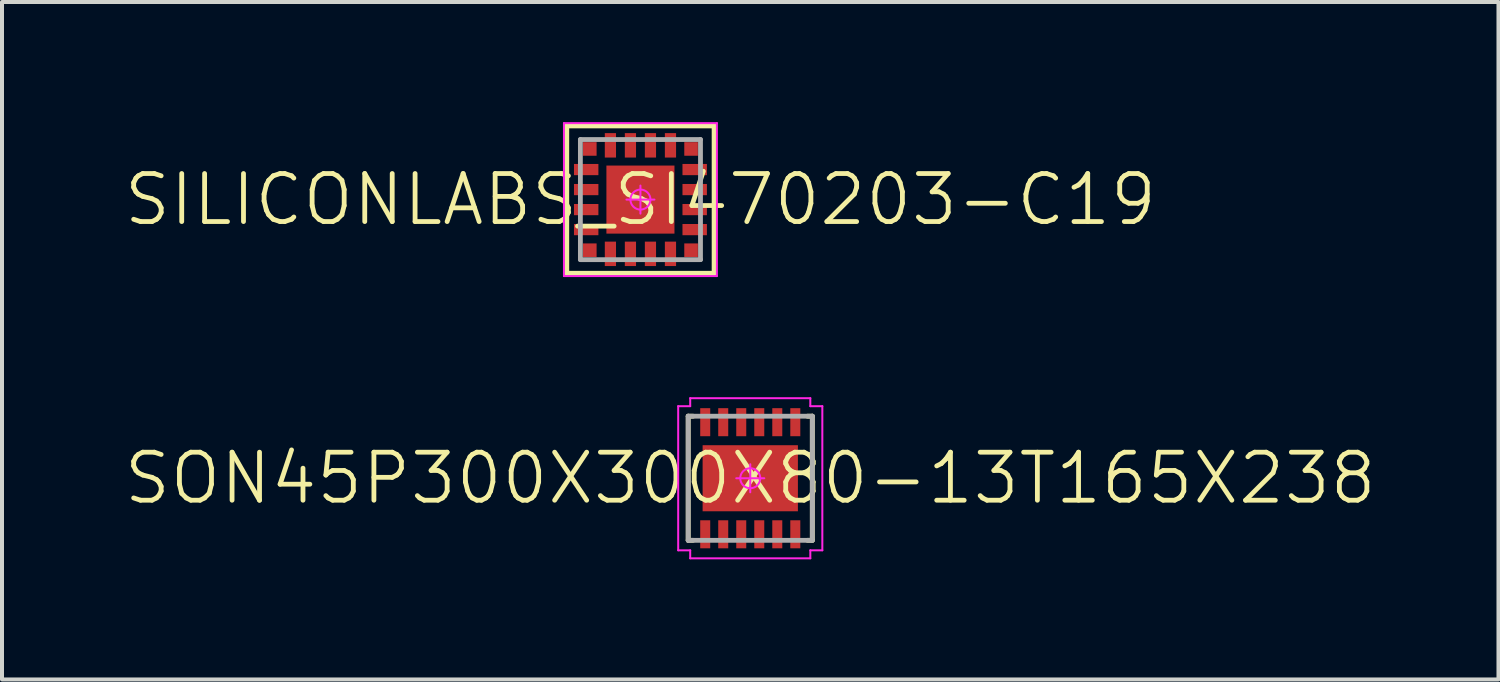
<source format=kicad_pcb>
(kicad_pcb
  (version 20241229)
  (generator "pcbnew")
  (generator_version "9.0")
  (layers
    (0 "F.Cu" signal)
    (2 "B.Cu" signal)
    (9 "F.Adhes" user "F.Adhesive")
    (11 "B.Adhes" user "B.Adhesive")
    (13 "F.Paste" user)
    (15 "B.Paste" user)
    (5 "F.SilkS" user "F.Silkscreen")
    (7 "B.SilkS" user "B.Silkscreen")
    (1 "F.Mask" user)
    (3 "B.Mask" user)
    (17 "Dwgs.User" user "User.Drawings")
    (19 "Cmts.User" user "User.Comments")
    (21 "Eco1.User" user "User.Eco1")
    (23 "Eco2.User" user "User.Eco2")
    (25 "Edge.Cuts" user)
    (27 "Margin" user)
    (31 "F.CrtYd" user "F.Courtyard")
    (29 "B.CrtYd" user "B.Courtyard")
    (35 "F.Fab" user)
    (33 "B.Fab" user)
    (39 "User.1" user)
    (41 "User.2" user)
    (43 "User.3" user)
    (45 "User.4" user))
  (footprint "SON45P300X300X80-13T165X238"
    (layer "F.Cu")
    (at 15.689 8.895)
    (property "Reference" "SON45P300X300X80-13T165X238" (at 0 0 0) (layer "F.SilkS") (effects (font (size 1.2 1.2) (thickness 0.12))))
    (attr smd)
    (fp_line (start -1.55 -1.55) (end -1.43 -1.55) (stroke (width 0.12) (type solid)) (layer "F.SilkS"))
    (fp_line (start -1.55 1.55) (end -1.55 -1.55) (stroke (width 0.12) (type solid)) (layer "F.SilkS"))
    (fp_line (start -1.43 1.55) (end -1.55 1.55) (stroke (width 0.12) (type solid)) (layer "F.SilkS"))
    (fp_line (start 1.43 1.55) (end 1.55 1.55) (stroke (width 0.12) (type solid)) (layer "F.SilkS"))
    (fp_line (start 1.55 -1.55) (end 1.43 -1.55) (stroke (width 0.12) (type solid)) (layer "F.SilkS"))
    (fp_line (start 1.55 1.55) (end 1.55 -1.55) (stroke (width 0.12) (type solid)) (layer "F.SilkS"))
    (fp_line (start -1.8 -1.8) (end -1.8 1.8) (stroke (width 0.05) (type solid)) (layer "F.CrtYd"))
    (fp_line (start -1.8 1.8) (end -1.5 1.8) (stroke (width 0.05) (type solid)) (layer "F.CrtYd"))
    (fp_line (start -1.5 -2) (end -1.5 -1.8) (stroke (width 0.05) (type solid)) (layer "F.CrtYd"))
    (fp_line (start -1.5 -1.8) (end -1.8 -1.8) (stroke (width 0.05) (type solid)) (layer "F.CrtYd"))
    (fp_line (start -1.5 1.8) (end -1.5 2) (stroke (width 0.05) (type solid)) (layer "F.CrtYd"))
    (fp_line (start -1.5 2) (end 1.5 2) (stroke (width 0.05) (type solid)) (layer "F.CrtYd"))
    (fp_line (start -0.35 0) (end 0.35 0) (stroke (width 0.05) (type solid)) (layer "F.CrtYd"))
    (fp_line (start 0 -0.35) (end 0 0.35) (stroke (width 0.05) (type solid)) (layer "F.CrtYd"))
    (fp_line (start 1.5 -2) (end -1.5 -2) (stroke (width 0.05) (type solid)) (layer "F.CrtYd"))
    (fp_line (start 1.5 -1.8) (end 1.5 -2) (stroke (width 0.05) (type solid)) (layer "F.CrtYd"))
    (fp_line (start 1.5 1.8) (end 1.8 1.8) (stroke (width 0.05) (type solid)) (layer "F.CrtYd"))
    (fp_line (start 1.5 2) (end 1.5 1.8) (stroke (width 0.05) (type solid)) (layer "F.CrtYd"))
    (fp_line (start 1.8 -1.8) (end 1.5 -1.8) (stroke (width 0.05) (type solid)) (layer "F.CrtYd"))
    (fp_line (start 1.8 1.8) (end 1.8 -1.8) (stroke (width 0.05) (type solid)) (layer "F.CrtYd"))
    (fp_circle (center 0 0) (end 0 0.25) (stroke (width 0.05) (type solid)) (fill no) (layer "F.CrtYd"))
    (fp_line (start -1.55 -1.55) (end 1.55 -1.55) (stroke (width 0.12) (type solid)) (layer "F.Fab"))
    (fp_line (start -1.55 1.55) (end -1.55 -1.55) (stroke (width 0.12) (type solid)) (layer "F.Fab"))
    (fp_line (start 1.55 -1.55) (end 1.55 1.55) (stroke (width 0.12) (type solid)) (layer "F.Fab"))
    (fp_line (start 1.55 1.55) (end -1.55 1.55) (stroke (width 0.12) (type solid)) (layer "F.Fab"))
    (pad "1" smd rect (at -1.125 1.4 90) (size 0.7 0.25) (layers "F.Cu" "F.Mask" "F.Paste"))
    (pad "2" smd rect (at -0.675 1.4 90) (size 0.7 0.25) (layers "F.Cu" "F.Mask" "F.Paste"))
    (pad "3" smd rect (at -0.225 1.4 90) (size 0.7 0.25) (layers "F.Cu" "F.Mask" "F.Paste"))
    (pad "4" smd rect (at 0.225 1.4 90) (size 0.7 0.25) (layers "F.Cu" "F.Mask" "F.Paste"))
    (pad "5" smd rect (at 0.675 1.4 90) (size 0.7 0.25) (layers "F.Cu" "F.Mask" "F.Paste"))
    (pad "6" smd rect (at 1.125 1.4 90) (size 0.7 0.25) (layers "F.Cu" "F.Mask" "F.Paste"))
    (pad "7" smd rect (at 1.125 -1.4 90) (size 0.7 0.25) (layers "F.Cu" "F.Mask" "F.Paste"))
    (pad "8" smd rect (at 0.675 -1.4 90) (size 0.7 0.25) (layers "F.Cu" "F.Mask" "F.Paste"))
    (pad "9" smd rect (at 0.225 -1.4 90) (size 0.7 0.25) (layers "F.Cu" "F.Mask" "F.Paste"))
    (pad "10" smd rect (at -0.225 -1.4 90) (size 0.7 0.25) (layers "F.Cu" "F.Mask" "F.Paste"))
    (pad "11" smd rect (at -0.675 -1.4 90) (size 0.7 0.25) (layers "F.Cu" "F.Mask" "F.Paste"))
    (pad "12" smd rect (at -1.125 -1.4 90) (size 0.7 0.25) (layers "F.Cu" "F.Mask" "F.Paste"))
    (pad "13" smd rect (at 0 0 90) (size 1.65 2.38) (layers "F.Cu" "F.Mask")))
  (footprint "SILICONLABS_SI470203-C19"
    (layer "F.Cu")
    (at 12.946 1.935)
    (property "Reference" "SILICONLABS_SI470203-C19" (at 0 0 0) (layer "F.SilkS") (effects (font (size 1.2 1.2) (thickness 0.12))))
    (attr smd)
    (fp_line (start -1.84 -1.84) (end 1.84 -1.84) (stroke (width 0.12) (type solid)) (layer "F.SilkS"))
    (fp_line (start -1.84 1.84) (end -1.84 -1.84) (stroke (width 0.12) (type solid)) (layer "F.SilkS"))
    (fp_line (start 1.84 -1.84) (end 1.84 1.84) (stroke (width 0.12) (type solid)) (layer "F.SilkS"))
    (fp_line (start 1.84 1.84) (end -1.84 1.84) (stroke (width 0.12) (type solid)) (layer "F.SilkS"))
    (fp_line (start -1.91 -1.91) (end 1.91 -1.91) (stroke (width 0.05) (type solid)) (layer "F.CrtYd"))
    (fp_line (start -1.91 1.91) (end -1.91 -1.91) (stroke (width 0.05) (type solid)) (layer "F.CrtYd"))
    (fp_line (start 0 -0.35) (end 0 0.35) (stroke (width 0.05) (type solid)) (layer "F.CrtYd"))
    (fp_line (start 0.35 0) (end -0.35 0) (stroke (width 0.05) (type solid)) (layer "F.CrtYd"))
    (fp_line (start 1.91 -1.91) (end 1.91 1.91) (stroke (width 0.05) (type solid)) (layer "F.CrtYd"))
    (fp_line (start 1.91 1.91) (end -1.91 1.91) (stroke (width 0.05) (type solid)) (layer "F.CrtYd"))
    (fp_circle (center 0 0) (end 0 0.25) (stroke (width 0.05) (type solid)) (fill no) (layer "F.CrtYd"))
    (fp_line (start -1.5 -1.5) (end 1.5 -1.5) (stroke (width 0.12) (type solid)) (layer "F.Fab"))
    (fp_line (start -1.5 1.5) (end -1.5 -1.5) (stroke (width 0.12) (type solid)) (layer "F.Fab"))
    (fp_line (start 1.5 -1.5) (end 1.5 1.5) (stroke (width 0.12) (type solid)) (layer "F.Fab"))
    (fp_line (start 1.5 1.5) (end -1.5 1.5) (stroke (width 0.12) (type solid)) (layer "F.Fab"))
    (pad "1" smd rect (at -1.265 -1.265) (size 0.34 0.34) (layers "F.Cu" "F.Mask" "F.Paste"))
    (pad "2" smd rect (at -1.355 -0.75) (size 0.61 0.28) (layers "F.Cu" "F.Mask" "F.Paste"))
    (pad "3" smd rect (at -1.355 -0.25) (size 0.61 0.28) (layers "F.Cu" "F.Mask" "F.Paste"))
    (pad "4" smd rect (at -1.355 0.25) (size 0.61 0.28) (layers "F.Cu" "F.Mask" "F.Paste"))
    (pad "5" smd rect (at -1.355 0.75) (size 0.61 0.28) (layers "F.Cu" "F.Mask" "F.Paste"))
    (pad "6" smd rect (at -1.265 1.265) (size 0.34 0.34) (layers "F.Cu" "F.Mask" "F.Paste"))
    (pad "7" smd rect (at -0.75 1.355 90) (size 0.61 0.28) (layers "F.Cu" "F.Mask" "F.Paste"))
    (pad "8" smd rect (at -0.25 1.355 90) (size 0.61 0.28) (layers "F.Cu" "F.Mask" "F.Paste"))
    (pad "9" smd rect (at 0.25 1.355 90) (size 0.61 0.28) (layers "F.Cu" "F.Mask" "F.Paste"))
    (pad "10" smd rect (at 0.75 1.355 90) (size 0.61 0.28) (layers "F.Cu" "F.Mask" "F.Paste"))
    (pad "11" smd rect (at 1.265 1.265) (size 0.34 0.34) (layers "F.Cu" "F.Mask" "F.Paste"))
    (pad "12" smd rect (at 1.355 0.75) (size 0.61 0.28) (layers "F.Cu" "F.Mask" "F.Paste"))
    (pad "13" smd rect (at 1.355 0.25) (size 0.61 0.28) (layers "F.Cu" "F.Mask" "F.Paste"))
    (pad "14" smd rect (at 1.355 -0.25) (size 0.61 0.28) (layers "F.Cu" "F.Mask" "F.Paste"))
    (pad "15" smd rect (at 1.355 -0.75) (size 0.61 0.28) (layers "F.Cu" "F.Mask" "F.Paste"))
    (pad "16" smd rect (at 1.265 -1.265) (size 0.34 0.34) (layers "F.Cu" "F.Mask" "F.Paste"))
    (pad "17" smd rect (at 0.75 -1.355 90) (size 0.61 0.28) (layers "F.Cu" "F.Mask" "F.Paste"))
    (pad "18" smd rect (at 0.25 -1.355 90) (size 0.61 0.28) (layers "F.Cu" "F.Mask" "F.Paste"))
    (pad "19" smd rect (at -0.25 -1.355 90) (size 0.61 0.28) (layers "F.Cu" "F.Mask" "F.Paste"))
    (pad "20" smd rect (at -0.75 -1.355 90) (size 0.61 0.28) (layers "F.Cu" "F.Mask" "F.Paste"))
    (pad "21" smd rect (at 0 0) (size 1.7 1.7) (layers "F.Cu" "F.Mask")))
  (gr_rect
    (start -3 -3)
    (end 34.377 13.92)
    (stroke (width 0.1) (type default))
    (fill no)
    (layer "Edge.Cuts")))
</source>
